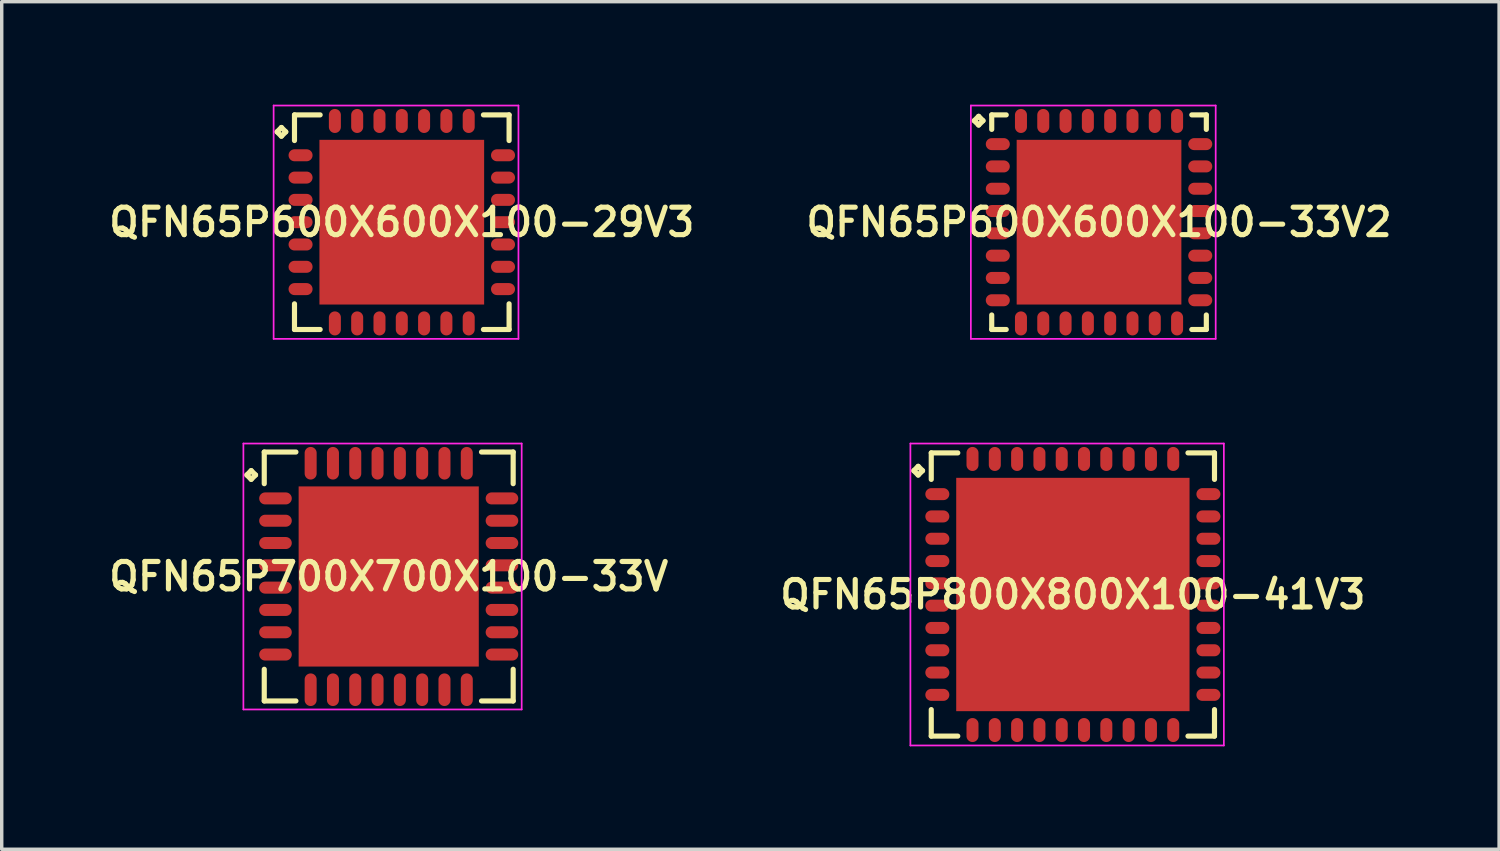
<source format=kicad_pcb>
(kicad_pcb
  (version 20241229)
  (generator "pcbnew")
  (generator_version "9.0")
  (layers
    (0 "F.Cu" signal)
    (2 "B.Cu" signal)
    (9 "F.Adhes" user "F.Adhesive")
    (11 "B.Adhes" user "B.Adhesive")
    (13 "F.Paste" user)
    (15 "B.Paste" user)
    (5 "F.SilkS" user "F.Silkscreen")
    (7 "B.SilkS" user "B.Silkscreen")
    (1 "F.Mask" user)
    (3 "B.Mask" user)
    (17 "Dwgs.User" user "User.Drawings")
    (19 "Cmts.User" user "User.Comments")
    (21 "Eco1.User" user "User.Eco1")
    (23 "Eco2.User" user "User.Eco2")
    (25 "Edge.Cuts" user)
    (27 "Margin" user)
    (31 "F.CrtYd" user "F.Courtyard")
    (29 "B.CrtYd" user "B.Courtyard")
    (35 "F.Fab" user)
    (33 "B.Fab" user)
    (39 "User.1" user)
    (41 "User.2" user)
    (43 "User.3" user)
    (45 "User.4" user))
  (footprint "QFN65P800X800X100-41V3"
    (layer "F.Cu")
    (at 28.216 14.275)
    (property "Reference" "QFN65P800X800X100-41V3" (at 0 0 0) (layer "F.SilkS") (effects (font (size 0.8 0.8) (thickness 0.15))))
    (attr smd)
    (fp_line (start -4.635 -3.608) (end -4.508 -3.735) (stroke (width 0.15) (type solid)) (layer "F.SilkS"))
    (fp_line (start -4.508 -3.735) (end -4.381 -3.608) (stroke (width 0.15) (type solid)) (layer "F.SilkS"))
    (fp_line (start -4.508 -3.481) (end -4.635 -3.608) (stroke (width 0.15) (type solid)) (layer "F.SilkS"))
    (fp_line (start -4.381 -3.608) (end -4.508 -3.481) (stroke (width 0.15) (type solid)) (layer "F.SilkS"))
    (fp_line (start -4.127 -4.127) (end -3.354 -4.127) (stroke (width 0.15) (type solid)) (layer "F.SilkS"))
    (fp_line (start -4.127 -3.354) (end -4.127 -4.127) (stroke (width 0.15) (type solid)) (layer "F.SilkS"))
    (fp_line (start -4.127 3.354) (end -4.127 4.127) (stroke (width 0.15) (type solid)) (layer "F.SilkS"))
    (fp_line (start -4.127 4.127) (end -3.354 4.127) (stroke (width 0.15) (type solid)) (layer "F.SilkS"))
    (fp_line (start 3.354 -4.127) (end 4.127 -4.127) (stroke (width 0.15) (type solid)) (layer "F.SilkS"))
    (fp_line (start 3.354 4.127) (end 4.127 4.127) (stroke (width 0.15) (type solid)) (layer "F.SilkS"))
    (fp_line (start 4.127 -4.127) (end 4.127 -3.354) (stroke (width 0.15) (type solid)) (layer "F.SilkS"))
    (fp_line (start 4.127 4.127) (end 4.127 3.354) (stroke (width 0.15) (type solid)) (layer "F.SilkS"))
    (fp_line (start -4.735 -4.4) (end 4.4 -4.4) (stroke (width 0.05) (type solid)) (layer "F.CrtYd"))
    (fp_line (start -4.735 4.4) (end -4.735 -4.4) (stroke (width 0.05) (type solid)) (layer "F.CrtYd"))
    (fp_line (start 4.4 -4.4) (end 4.4 4.4) (stroke (width 0.05) (type solid)) (layer "F.CrtYd"))
    (fp_line (start 4.4 4.4) (end -4.735 4.4) (stroke (width 0.05) (type solid)) (layer "F.CrtYd"))
    (pad "1" smd oval (at -3.95 -2.925) (size 0.7 0.35) (layers "F.Cu" "F.Mask" "F.Paste"))
    (pad "2" smd oval (at -3.95 -2.275) (size 0.7 0.35) (layers "F.Cu" "F.Mask" "F.Paste"))
    (pad "3" smd oval (at -3.95 -1.625) (size 0.7 0.35) (layers "F.Cu" "F.Mask" "F.Paste"))
    (pad "4" smd oval (at -3.95 -0.975) (size 0.7 0.35) (layers "F.Cu" "F.Mask" "F.Paste"))
    (pad "5" smd oval (at -3.95 -0.325) (size 0.7 0.35) (layers "F.Cu" "F.Mask" "F.Paste"))
    (pad "6" smd oval (at -3.95 0.325) (size 0.7 0.35) (layers "F.Cu" "F.Mask" "F.Paste"))
    (pad "7" smd oval (at -3.95 0.975) (size 0.7 0.35) (layers "F.Cu" "F.Mask" "F.Paste"))
    (pad "8" smd oval (at -3.95 1.625) (size 0.7 0.35) (layers "F.Cu" "F.Mask" "F.Paste"))
    (pad "9" smd oval (at -3.95 2.275) (size 0.7 0.35) (layers "F.Cu" "F.Mask" "F.Paste"))
    (pad "10" smd oval (at -3.95 2.925) (size 0.7 0.35) (layers "F.Cu" "F.Mask" "F.Paste"))
    (pad "11" smd oval (at -2.925 3.95) (size 0.35 0.7) (layers "F.Cu" "F.Mask" "F.Paste"))
    (pad "12" smd oval (at -2.275 3.95) (size 0.35 0.7) (layers "F.Cu" "F.Mask" "F.Paste"))
    (pad "13" smd oval (at -1.625 3.95) (size 0.35 0.7) (layers "F.Cu" "F.Mask" "F.Paste"))
    (pad "14" smd oval (at -0.975 3.95) (size 0.35 0.7) (layers "F.Cu" "F.Mask" "F.Paste"))
    (pad "15" smd oval (at -0.325 3.95) (size 0.35 0.7) (layers "F.Cu" "F.Mask" "F.Paste"))
    (pad "16" smd oval (at 0.325 3.95) (size 0.35 0.7) (layers "F.Cu" "F.Mask" "F.Paste"))
    (pad "17" smd oval (at 0.975 3.95) (size 0.35 0.7) (layers "F.Cu" "F.Mask" "F.Paste"))
    (pad "18" smd oval (at 1.625 3.95) (size 0.35 0.7) (layers "F.Cu" "F.Mask" "F.Paste"))
    (pad "19" smd oval (at 2.275 3.95) (size 0.35 0.7) (layers "F.Cu" "F.Mask" "F.Paste"))
    (pad "20" smd oval (at 2.925 3.95) (size 0.35 0.7) (layers "F.Cu" "F.Mask" "F.Paste"))
    (pad "21" smd oval (at 3.95 2.925) (size 0.7 0.35) (layers "F.Cu" "F.Mask" "F.Paste"))
    (pad "22" smd oval (at 3.95 2.275) (size 0.7 0.35) (layers "F.Cu" "F.Mask" "F.Paste"))
    (pad "23" smd oval (at 3.95 1.625) (size 0.7 0.35) (layers "F.Cu" "F.Mask" "F.Paste"))
    (pad "24" smd oval (at 3.95 0.975) (size 0.7 0.35) (layers "F.Cu" "F.Mask" "F.Paste"))
    (pad "25" smd oval (at 3.95 0.325) (size 0.7 0.35) (layers "F.Cu" "F.Mask" "F.Paste"))
    (pad "26" smd oval (at 3.95 -0.325) (size 0.7 0.35) (layers "F.Cu" "F.Mask" "F.Paste"))
    (pad "27" smd oval (at 3.95 -0.975) (size 0.7 0.35) (layers "F.Cu" "F.Mask" "F.Paste"))
    (pad "28" smd oval (at 3.95 -1.625) (size 0.7 0.35) (layers "F.Cu" "F.Mask" "F.Paste"))
    (pad "29" smd oval (at 3.95 -2.275) (size 0.7 0.35) (layers "F.Cu" "F.Mask" "F.Paste"))
    (pad "30" smd oval (at 3.95 -2.925) (size 0.7 0.35) (layers "F.Cu" "F.Mask" "F.Paste"))
    (pad "31" smd oval (at 2.925 -3.95) (size 0.35 0.7) (layers "F.Cu" "F.Mask" "F.Paste"))
    (pad "32" smd oval (at 2.275 -3.95) (size 0.35 0.7) (layers "F.Cu" "F.Mask" "F.Paste"))
    (pad "33" smd oval (at 1.625 -3.95) (size 0.35 0.7) (layers "F.Cu" "F.Mask" "F.Paste"))
    (pad "34" smd oval (at 0.975 -3.95) (size 0.35 0.7) (layers "F.Cu" "F.Mask" "F.Paste"))
    (pad "35" smd oval (at 0.325 -3.95) (size 0.35 0.7) (layers "F.Cu" "F.Mask" "F.Paste"))
    (pad "36" smd oval (at -0.325 -3.95) (size 0.35 0.7) (layers "F.Cu" "F.Mask" "F.Paste"))
    (pad "37" smd oval (at -0.975 -3.95) (size 0.35 0.7) (layers "F.Cu" "F.Mask" "F.Paste"))
    (pad "38" smd oval (at -1.625 -3.95) (size 0.35 0.7) (layers "F.Cu" "F.Mask" "F.Paste"))
    (pad "39" smd oval (at -2.275 -3.95) (size 0.35 0.7) (layers "F.Cu" "F.Mask" "F.Paste"))
    (pad "40" smd oval (at -2.925 -3.95) (size 0.35 0.7) (layers "F.Cu" "F.Mask" "F.Paste"))
    (pad "41" smd rect (at 0 0) (size 6.8 6.8) (layers "F.Cu" "F.Mask" "F.Paste")))
  (footprint "QFN65P600X600X100-29V3"
    (layer "F.Cu")
    (at 8.659 3.425)
    (property "Reference" "QFN65P600X600X100-29V3" (at 0 0 0) (layer "F.SilkS") (effects (font (size 0.8 0.8) (thickness 0.15))))
    (attr smd)
    (fp_line (start -3.635 -2.633) (end -3.508 -2.76) (stroke (width 0.15) (type solid)) (layer "F.SilkS"))
    (fp_line (start -3.508 -2.76) (end -3.381 -2.633) (stroke (width 0.15) (type solid)) (layer "F.SilkS"))
    (fp_line (start -3.508 -2.506) (end -3.635 -2.633) (stroke (width 0.15) (type solid)) (layer "F.SilkS"))
    (fp_line (start -3.381 -2.633) (end -3.508 -2.506) (stroke (width 0.15) (type solid)) (layer "F.SilkS"))
    (fp_line (start -3.127 -3.127) (end -2.379 -3.127) (stroke (width 0.15) (type solid)) (layer "F.SilkS"))
    (fp_line (start -3.127 -2.379) (end -3.127 -3.127) (stroke (width 0.15) (type solid)) (layer "F.SilkS"))
    (fp_line (start -3.127 2.379) (end -3.127 3.127) (stroke (width 0.15) (type solid)) (layer "F.SilkS"))
    (fp_line (start -3.127 3.127) (end -2.379 3.127) (stroke (width 0.15) (type solid)) (layer "F.SilkS"))
    (fp_line (start 2.379 -3.127) (end 3.127 -3.127) (stroke (width 0.15) (type solid)) (layer "F.SilkS"))
    (fp_line (start 2.379 3.127) (end 3.127 3.127) (stroke (width 0.15) (type solid)) (layer "F.SilkS"))
    (fp_line (start 3.127 -3.127) (end 3.127 -2.379) (stroke (width 0.15) (type solid)) (layer "F.SilkS"))
    (fp_line (start 3.127 3.127) (end 3.127 2.379) (stroke (width 0.15) (type solid)) (layer "F.SilkS"))
    (fp_line (start -3.735 -3.4) (end 3.4 -3.4) (stroke (width 0.05) (type solid)) (layer "F.CrtYd"))
    (fp_line (start -3.735 3.4) (end -3.735 -3.4) (stroke (width 0.05) (type solid)) (layer "F.CrtYd"))
    (fp_line (start 3.4 -3.4) (end 3.4 3.4) (stroke (width 0.05) (type solid)) (layer "F.CrtYd"))
    (fp_line (start 3.4 3.4) (end -3.735 3.4) (stroke (width 0.05) (type solid)) (layer "F.CrtYd"))
    (pad "1" smd oval (at -2.95 -1.95) (size 0.7 0.35) (layers "F.Cu" "F.Mask" "F.Paste"))
    (pad "2" smd oval (at -2.95 -1.3) (size 0.7 0.35) (layers "F.Cu" "F.Mask" "F.Paste"))
    (pad "3" smd oval (at -2.95 -0.65) (size 0.7 0.35) (layers "F.Cu" "F.Mask" "F.Paste"))
    (pad "4" smd oval (at -2.95 0) (size 0.7 0.35) (layers "F.Cu" "F.Mask" "F.Paste"))
    (pad "5" smd oval (at -2.95 0.65) (size 0.7 0.35) (layers "F.Cu" "F.Mask" "F.Paste"))
    (pad "6" smd oval (at -2.95 1.3) (size 0.7 0.35) (layers "F.Cu" "F.Mask" "F.Paste"))
    (pad "7" smd oval (at -2.95 1.95) (size 0.7 0.35) (layers "F.Cu" "F.Mask" "F.Paste"))
    (pad "8" smd oval (at -1.95 2.95) (size 0.35 0.7) (layers "F.Cu" "F.Mask" "F.Paste"))
    (pad "9" smd oval (at -1.3 2.95) (size 0.35 0.7) (layers "F.Cu" "F.Mask" "F.Paste"))
    (pad "10" smd oval (at -0.65 2.95) (size 0.35 0.7) (layers "F.Cu" "F.Mask" "F.Paste"))
    (pad "11" smd oval (at 0 2.95) (size 0.35 0.7) (layers "F.Cu" "F.Mask" "F.Paste"))
    (pad "12" smd oval (at 0.65 2.95) (size 0.35 0.7) (layers "F.Cu" "F.Mask" "F.Paste"))
    (pad "13" smd oval (at 1.3 2.95) (size 0.35 0.7) (layers "F.Cu" "F.Mask" "F.Paste"))
    (pad "14" smd oval (at 1.95 2.95) (size 0.35 0.7) (layers "F.Cu" "F.Mask" "F.Paste"))
    (pad "15" smd oval (at 2.95 1.95) (size 0.7 0.35) (layers "F.Cu" "F.Mask" "F.Paste"))
    (pad "16" smd oval (at 2.95 1.3) (size 0.7 0.35) (layers "F.Cu" "F.Mask" "F.Paste"))
    (pad "17" smd oval (at 2.95 0.65) (size 0.7 0.35) (layers "F.Cu" "F.Mask" "F.Paste"))
    (pad "18" smd oval (at 2.95 0) (size 0.7 0.35) (layers "F.Cu" "F.Mask" "F.Paste"))
    (pad "19" smd oval (at 2.95 -0.65) (size 0.7 0.35) (layers "F.Cu" "F.Mask" "F.Paste"))
    (pad "20" smd oval (at 2.95 -1.3) (size 0.7 0.35) (layers "F.Cu" "F.Mask" "F.Paste"))
    (pad "21" smd oval (at 2.95 -1.95) (size 0.7 0.35) (layers "F.Cu" "F.Mask" "F.Paste"))
    (pad "22" smd oval (at 1.95 -2.95) (size 0.35 0.7) (layers "F.Cu" "F.Mask" "F.Paste"))
    (pad "23" smd oval (at 1.3 -2.95) (size 0.35 0.7) (layers "F.Cu" "F.Mask" "F.Paste"))
    (pad "24" smd oval (at 0.65 -2.95) (size 0.35 0.7) (layers "F.Cu" "F.Mask" "F.Paste"))
    (pad "25" smd oval (at 0 -2.95) (size 0.35 0.7) (layers "F.Cu" "F.Mask" "F.Paste"))
    (pad "26" smd oval (at -0.65 -2.95) (size 0.35 0.7) (layers "F.Cu" "F.Mask" "F.Paste"))
    (pad "27" smd oval (at -1.3 -2.95) (size 0.35 0.7) (layers "F.Cu" "F.Mask" "F.Paste"))
    (pad "28" smd oval (at -1.95 -2.95) (size 0.35 0.7) (layers "F.Cu" "F.Mask" "F.Paste"))
    (pad "29" smd rect (at 0 0) (size 4.8 4.8) (layers "F.Cu" "F.Mask" "F.Paste")))
  (footprint "QFN65P600X600X100-33V2"
    (layer "F.Cu")
    (at 28.978 3.425)
    (property "Reference" "QFN65P600X600X100-33V2" (at 0 0 0) (layer "F.SilkS") (effects (font (size 0.8 0.8) (thickness 0.15))))
    (attr smd)
    (fp_line (start -3.635 -2.958) (end -3.508 -3.085) (stroke (width 0.15) (type solid)) (layer "F.SilkS"))
    (fp_line (start -3.508 -3.085) (end -3.381 -2.958) (stroke (width 0.15) (type solid)) (layer "F.SilkS"))
    (fp_line (start -3.508 -2.831) (end -3.635 -2.958) (stroke (width 0.15) (type solid)) (layer "F.SilkS"))
    (fp_line (start -3.381 -2.958) (end -3.508 -2.831) (stroke (width 0.15) (type solid)) (layer "F.SilkS"))
    (fp_line (start -3.127 -3.127) (end -2.704 -3.127) (stroke (width 0.15) (type solid)) (layer "F.SilkS"))
    (fp_line (start -3.127 -2.704) (end -3.127 -3.127) (stroke (width 0.15) (type solid)) (layer "F.SilkS"))
    (fp_line (start -3.127 2.704) (end -3.127 3.127) (stroke (width 0.15) (type solid)) (layer "F.SilkS"))
    (fp_line (start -3.127 3.127) (end -2.704 3.127) (stroke (width 0.15) (type solid)) (layer "F.SilkS"))
    (fp_line (start 2.704 -3.127) (end 3.127 -3.127) (stroke (width 0.15) (type solid)) (layer "F.SilkS"))
    (fp_line (start 2.704 3.127) (end 3.127 3.127) (stroke (width 0.15) (type solid)) (layer "F.SilkS"))
    (fp_line (start 3.127 -3.127) (end 3.127 -2.704) (stroke (width 0.15) (type solid)) (layer "F.SilkS"))
    (fp_line (start 3.127 3.127) (end 3.127 2.704) (stroke (width 0.15) (type solid)) (layer "F.SilkS"))
    (fp_line (start -3.735 -3.4) (end 3.4 -3.4) (stroke (width 0.05) (type solid)) (layer "F.CrtYd"))
    (fp_line (start -3.735 3.4) (end -3.735 -3.4) (stroke (width 0.05) (type solid)) (layer "F.CrtYd"))
    (fp_line (start 3.4 -3.4) (end 3.4 3.4) (stroke (width 0.05) (type solid)) (layer "F.CrtYd"))
    (fp_line (start 3.4 3.4) (end -3.735 3.4) (stroke (width 0.05) (type solid)) (layer "F.CrtYd"))
    (pad "1" smd oval (at -2.95 -2.275) (size 0.7 0.35) (layers "F.Cu" "F.Mask" "F.Paste"))
    (pad "2" smd oval (at -2.95 -1.625) (size 0.7 0.35) (layers "F.Cu" "F.Mask" "F.Paste"))
    (pad "3" smd oval (at -2.95 -0.975) (size 0.7 0.35) (layers "F.Cu" "F.Mask" "F.Paste"))
    (pad "4" smd oval (at -2.95 -0.325) (size 0.7 0.35) (layers "F.Cu" "F.Mask" "F.Paste"))
    (pad "5" smd oval (at -2.95 0.325) (size 0.7 0.35) (layers "F.Cu" "F.Mask" "F.Paste"))
    (pad "6" smd oval (at -2.95 0.975) (size 0.7 0.35) (layers "F.Cu" "F.Mask" "F.Paste"))
    (pad "7" smd oval (at -2.95 1.625) (size 0.7 0.35) (layers "F.Cu" "F.Mask" "F.Paste"))
    (pad "8" smd oval (at -2.95 2.275) (size 0.7 0.35) (layers "F.Cu" "F.Mask" "F.Paste"))
    (pad "9" smd oval (at -2.275 2.95) (size 0.35 0.7) (layers "F.Cu" "F.Mask" "F.Paste"))
    (pad "10" smd oval (at -1.625 2.95) (size 0.35 0.7) (layers "F.Cu" "F.Mask" "F.Paste"))
    (pad "11" smd oval (at -0.975 2.95) (size 0.35 0.7) (layers "F.Cu" "F.Mask" "F.Paste"))
    (pad "12" smd oval (at -0.325 2.95) (size 0.35 0.7) (layers "F.Cu" "F.Mask" "F.Paste"))
    (pad "13" smd oval (at 0.325 2.95) (size 0.35 0.7) (layers "F.Cu" "F.Mask" "F.Paste"))
    (pad "14" smd oval (at 0.975 2.95) (size 0.35 0.7) (layers "F.Cu" "F.Mask" "F.Paste"))
    (pad "15" smd oval (at 1.625 2.95) (size 0.35 0.7) (layers "F.Cu" "F.Mask" "F.Paste"))
    (pad "16" smd oval (at 2.275 2.95) (size 0.35 0.7) (layers "F.Cu" "F.Mask" "F.Paste"))
    (pad "17" smd oval (at 2.95 2.275) (size 0.7 0.35) (layers "F.Cu" "F.Mask" "F.Paste"))
    (pad "18" smd oval (at 2.95 1.625) (size 0.7 0.35) (layers "F.Cu" "F.Mask" "F.Paste"))
    (pad "19" smd oval (at 2.95 0.975) (size 0.7 0.35) (layers "F.Cu" "F.Mask" "F.Paste"))
    (pad "20" smd oval (at 2.95 0.325) (size 0.7 0.35) (layers "F.Cu" "F.Mask" "F.Paste"))
    (pad "21" smd oval (at 2.95 -0.325) (size 0.7 0.35) (layers "F.Cu" "F.Mask" "F.Paste"))
    (pad "22" smd oval (at 2.95 -0.975) (size 0.7 0.35) (layers "F.Cu" "F.Mask" "F.Paste"))
    (pad "23" smd oval (at 2.95 -1.625) (size 0.7 0.35) (layers "F.Cu" "F.Mask" "F.Paste"))
    (pad "24" smd oval (at 2.95 -2.275) (size 0.7 0.35) (layers "F.Cu" "F.Mask" "F.Paste"))
    (pad "25" smd oval (at 2.275 -2.95) (size 0.35 0.7) (layers "F.Cu" "F.Mask" "F.Paste"))
    (pad "26" smd oval (at 1.625 -2.95) (size 0.35 0.7) (layers "F.Cu" "F.Mask" "F.Paste"))
    (pad "27" smd oval (at 0.975 -2.95) (size 0.35 0.7) (layers "F.Cu" "F.Mask" "F.Paste"))
    (pad "28" smd oval (at 0.325 -2.95) (size 0.35 0.7) (layers "F.Cu" "F.Mask" "F.Paste"))
    (pad "29" smd oval (at -0.325 -2.95) (size 0.35 0.7) (layers "F.Cu" "F.Mask" "F.Paste"))
    (pad "30" smd oval (at -0.975 -2.95) (size 0.35 0.7) (layers "F.Cu" "F.Mask" "F.Paste"))
    (pad "31" smd oval (at -1.625 -2.95) (size 0.35 0.7) (layers "F.Cu" "F.Mask" "F.Paste"))
    (pad "32" smd oval (at -2.275 -2.95) (size 0.35 0.7) (layers "F.Cu" "F.Mask" "F.Paste"))
    (pad "33" smd rect (at 0 0) (size 4.8 4.8) (layers "F.Cu" "F.Mask" "F.Paste")))
  (footprint "QFN65P700X700X100-33V"
    (layer "F.Cu")
    (at 8.278 13.75)
    (property "Reference" "QFN65P700X700X100-33V" (at 0 0 0) (layer "F.SilkS") (effects (font (size 0.8 0.8) (thickness 0.15))))
    (attr smd)
    (fp_line (start -4.135 -2.958) (end -4.008 -3.085) (stroke (width 0.15) (type solid)) (layer "F.SilkS"))
    (fp_line (start -4.008 -3.085) (end -3.881 -2.958) (stroke (width 0.15) (type solid)) (layer "F.SilkS"))
    (fp_line (start -4.008 -2.831) (end -4.135 -2.958) (stroke (width 0.15) (type solid)) (layer "F.SilkS"))
    (fp_line (start -3.881 -2.958) (end -4.008 -2.831) (stroke (width 0.15) (type solid)) (layer "F.SilkS"))
    (fp_line (start -3.627 -3.627) (end -2.704 -3.627) (stroke (width 0.15) (type solid)) (layer "F.SilkS"))
    (fp_line (start -3.627 -2.704) (end -3.627 -3.627) (stroke (width 0.15) (type solid)) (layer "F.SilkS"))
    (fp_line (start -3.627 2.704) (end -3.627 3.627) (stroke (width 0.15) (type solid)) (layer "F.SilkS"))
    (fp_line (start -3.627 3.627) (end -2.704 3.627) (stroke (width 0.15) (type solid)) (layer "F.SilkS"))
    (fp_line (start 2.704 -3.627) (end 3.627 -3.627) (stroke (width 0.15) (type solid)) (layer "F.SilkS"))
    (fp_line (start 2.704 3.627) (end 3.627 3.627) (stroke (width 0.15) (type solid)) (layer "F.SilkS"))
    (fp_line (start 3.627 -3.627) (end 3.627 -2.704) (stroke (width 0.15) (type solid)) (layer "F.SilkS"))
    (fp_line (start 3.627 3.627) (end 3.627 2.704) (stroke (width 0.15) (type solid)) (layer "F.SilkS"))
    (fp_line (start -4.235 -3.875) (end 3.875 -3.875) (stroke (width 0.05) (type solid)) (layer "F.CrtYd"))
    (fp_line (start -4.235 3.875) (end -4.235 -3.875) (stroke (width 0.05) (type solid)) (layer "F.CrtYd"))
    (fp_line (start 3.875 -3.875) (end 3.875 3.875) (stroke (width 0.05) (type solid)) (layer "F.CrtYd"))
    (fp_line (start 3.875 3.875) (end -4.235 3.875) (stroke (width 0.05) (type solid)) (layer "F.CrtYd"))
    (pad "1" smd oval (at -3.3 -2.275) (size 0.95 0.35) (layers "F.Cu" "F.Mask" "F.Paste"))
    (pad "2" smd oval (at -3.3 -1.625) (size 0.95 0.35) (layers "F.Cu" "F.Mask" "F.Paste"))
    (pad "3" smd oval (at -3.3 -0.975) (size 0.95 0.35) (layers "F.Cu" "F.Mask" "F.Paste"))
    (pad "4" smd oval (at -3.3 -0.325) (size 0.95 0.35) (layers "F.Cu" "F.Mask" "F.Paste"))
    (pad "5" smd oval (at -3.3 0.325) (size 0.95 0.35) (layers "F.Cu" "F.Mask" "F.Paste"))
    (pad "6" smd oval (at -3.3 0.975) (size 0.95 0.35) (layers "F.Cu" "F.Mask" "F.Paste"))
    (pad "7" smd oval (at -3.3 1.625) (size 0.95 0.35) (layers "F.Cu" "F.Mask" "F.Paste"))
    (pad "8" smd oval (at -3.3 2.275) (size 0.95 0.35) (layers "F.Cu" "F.Mask" "F.Paste"))
    (pad "9" smd oval (at -2.275 3.3) (size 0.35 0.95) (layers "F.Cu" "F.Mask" "F.Paste"))
    (pad "10" smd oval (at -1.625 3.3) (size 0.35 0.95) (layers "F.Cu" "F.Mask" "F.Paste"))
    (pad "11" smd oval (at -0.975 3.3) (size 0.35 0.95) (layers "F.Cu" "F.Mask" "F.Paste"))
    (pad "12" smd oval (at -0.325 3.3) (size 0.35 0.95) (layers "F.Cu" "F.Mask" "F.Paste"))
    (pad "13" smd oval (at 0.325 3.3) (size 0.35 0.95) (layers "F.Cu" "F.Mask" "F.Paste"))
    (pad "14" smd oval (at 0.975 3.3) (size 0.35 0.95) (layers "F.Cu" "F.Mask" "F.Paste"))
    (pad "15" smd oval (at 1.625 3.3) (size 0.35 0.95) (layers "F.Cu" "F.Mask" "F.Paste"))
    (pad "16" smd oval (at 2.275 3.3) (size 0.35 0.95) (layers "F.Cu" "F.Mask" "F.Paste"))
    (pad "17" smd oval (at 3.3 2.275) (size 0.95 0.35) (layers "F.Cu" "F.Mask" "F.Paste"))
    (pad "18" smd oval (at 3.3 1.625) (size 0.95 0.35) (layers "F.Cu" "F.Mask" "F.Paste"))
    (pad "19" smd oval (at 3.3 0.975) (size 0.95 0.35) (layers "F.Cu" "F.Mask" "F.Paste"))
    (pad "20" smd oval (at 3.3 0.325) (size 0.95 0.35) (layers "F.Cu" "F.Mask" "F.Paste"))
    (pad "21" smd oval (at 3.3 -0.325) (size 0.95 0.35) (layers "F.Cu" "F.Mask" "F.Paste"))
    (pad "22" smd oval (at 3.3 -0.975) (size 0.95 0.35) (layers "F.Cu" "F.Mask" "F.Paste"))
    (pad "23" smd oval (at 3.3 -1.625) (size 0.95 0.35) (layers "F.Cu" "F.Mask" "F.Paste"))
    (pad "24" smd oval (at 3.3 -2.275) (size 0.95 0.35) (layers "F.Cu" "F.Mask" "F.Paste"))
    (pad "25" smd oval (at 2.275 -3.3) (size 0.35 0.95) (layers "F.Cu" "F.Mask" "F.Paste"))
    (pad "26" smd oval (at 1.625 -3.3) (size 0.35 0.95) (layers "F.Cu" "F.Mask" "F.Paste"))
    (pad "27" smd oval (at 0.975 -3.3) (size 0.35 0.95) (layers "F.Cu" "F.Mask" "F.Paste"))
    (pad "28" smd oval (at 0.325 -3.3) (size 0.35 0.95) (layers "F.Cu" "F.Mask" "F.Paste"))
    (pad "29" smd oval (at -0.325 -3.3) (size 0.35 0.95) (layers "F.Cu" "F.Mask" "F.Paste"))
    (pad "30" smd oval (at -0.975 -3.3) (size 0.35 0.95) (layers "F.Cu" "F.Mask" "F.Paste"))
    (pad "31" smd oval (at -1.625 -3.3) (size 0.35 0.95) (layers "F.Cu" "F.Mask" "F.Paste"))
    (pad "32" smd oval (at -2.275 -3.3) (size 0.35 0.95) (layers "F.Cu" "F.Mask" "F.Paste"))
    (pad "33" smd rect (at 0 0) (size 5.25 5.25) (layers "F.Cu" "F.Mask" "F.Paste")))
  (gr_rect
    (start -3 -3)
    (end 40.637 21.7)
    (stroke (width 0.1) (type default))
    (fill no)
    (layer "Edge.Cuts")))
</source>
